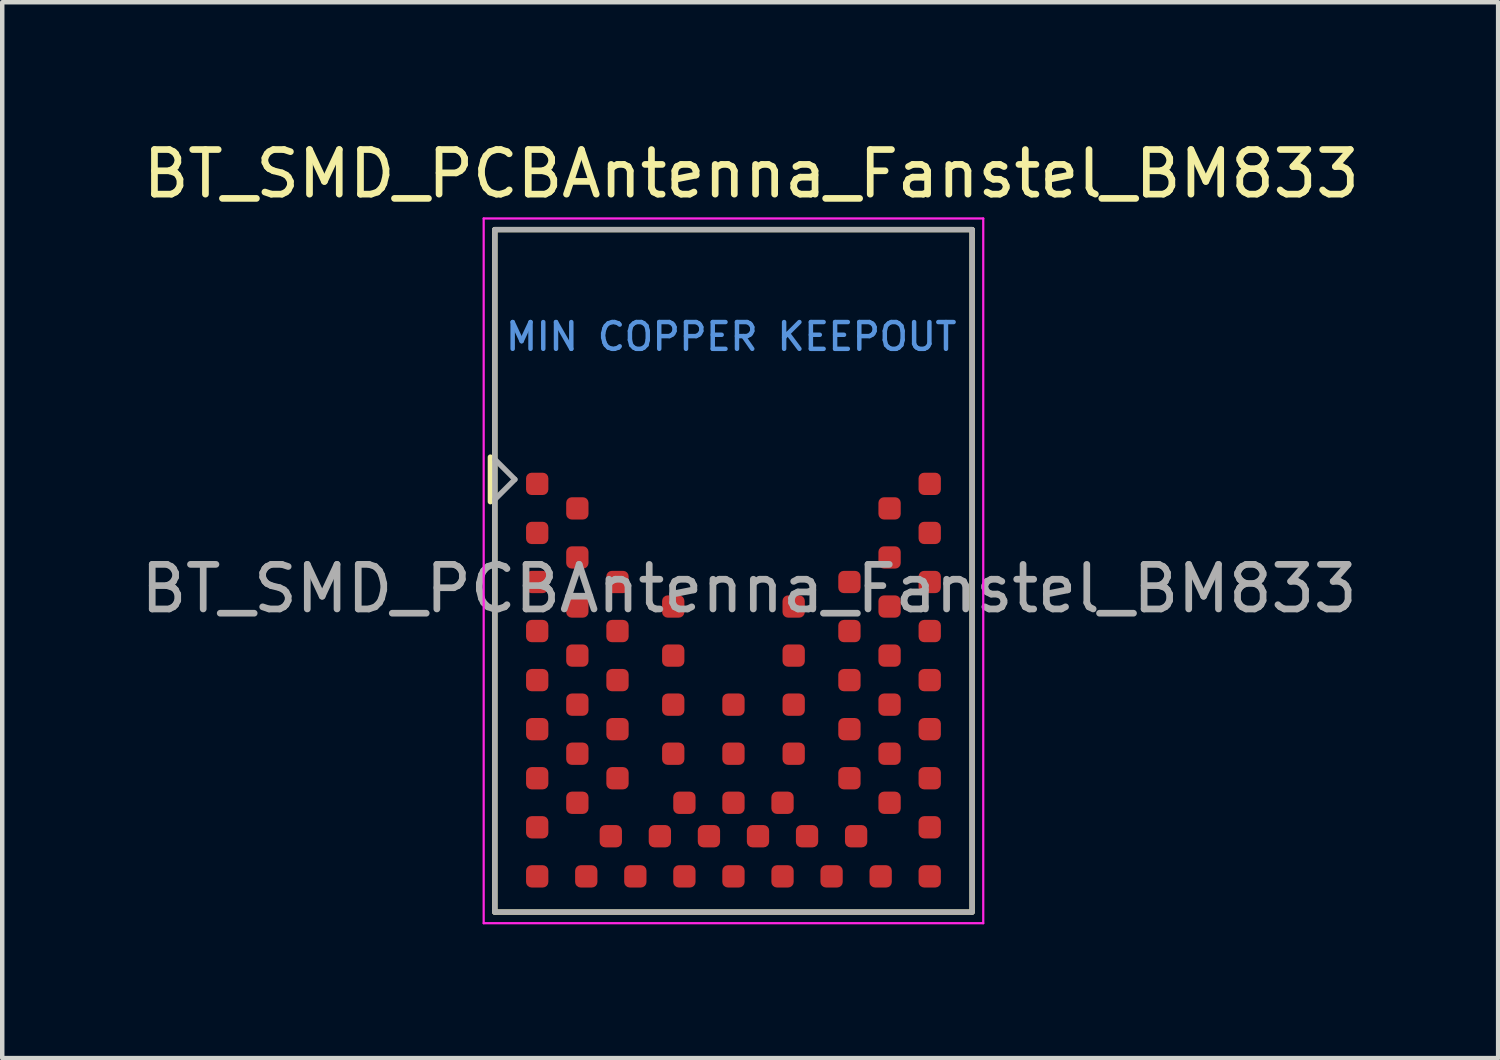
<source format=kicad_pcb>
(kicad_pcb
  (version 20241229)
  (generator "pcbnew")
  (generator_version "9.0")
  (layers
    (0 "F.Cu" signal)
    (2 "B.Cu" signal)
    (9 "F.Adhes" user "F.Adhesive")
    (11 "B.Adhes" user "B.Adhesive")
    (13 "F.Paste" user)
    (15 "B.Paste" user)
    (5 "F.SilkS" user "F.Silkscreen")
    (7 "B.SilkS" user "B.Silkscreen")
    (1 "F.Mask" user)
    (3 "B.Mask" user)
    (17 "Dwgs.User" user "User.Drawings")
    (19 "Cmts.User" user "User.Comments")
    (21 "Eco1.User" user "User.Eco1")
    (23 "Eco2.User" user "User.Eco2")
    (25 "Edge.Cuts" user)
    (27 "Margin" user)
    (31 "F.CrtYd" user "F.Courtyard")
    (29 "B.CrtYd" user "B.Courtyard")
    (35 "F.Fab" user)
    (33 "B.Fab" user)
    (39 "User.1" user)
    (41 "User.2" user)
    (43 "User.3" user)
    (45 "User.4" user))
  (footprint "BT_SMD_PCBAntenna_Fanstel_BM833"
    (layer "F.Cu")
    (at 13.394 10.148)
    (property "Reference" "BT_SMD_PCBAntenna_Fanstel_BM833" (at 0.4 -9.3 0) (unlocked yes) (layer "F.SilkS") (effects (font (size 1 1) (thickness 0.15))))
    (attr smd)
    (fp_line (start -5.45 -2.95) (end -5.45 -1.95) (stroke (width 0.12) (type solid)) (layer "F.SilkS"))
    (fp_line (start -5.35 -8.05) (end -5.35 7.25) (stroke (width 0.12) (type solid)) (layer "F.SilkS"))
    (fp_line (start -5.35 7.25) (end 5.35 7.25) (stroke (width 0.12) (type solid)) (layer "F.SilkS"))
    (fp_line (start 5.35 -8.05) (end -5.35 -8.05) (stroke (width 0.12) (type solid)) (layer "F.SilkS"))
    (fp_line (start 5.35 7.25) (end 5.35 -8.05) (stroke (width 0.12) (type solid)) (layer "F.SilkS"))
    (fp_line (start -5.6 -8.3) (end -5.6 7.5) (stroke (width 0.05) (type solid)) (layer "F.CrtYd"))
    (fp_line (start -5.6 7.5) (end 5.6 7.5) (stroke (width 0.05) (type solid)) (layer "F.CrtYd"))
    (fp_line (start 5.6 -8.3) (end -5.6 -8.3) (stroke (width 0.05) (type solid)) (layer "F.CrtYd"))
    (fp_line (start 5.6 7.5) (end 5.6 -8.3) (stroke (width 0.05) (type solid)) (layer "F.CrtYd"))
    (fp_line (start -5.35 -8.05) (end -5.35 7.25) (stroke (width 0.12) (type solid)) (layer "F.Fab"))
    (fp_line (start -5.35 -2.9) (end -4.9 -2.45) (stroke (width 0.12) (type solid)) (layer "F.Fab"))
    (fp_line (start -5.35 7.25) (end 5.35 7.25) (stroke (width 0.12) (type solid)) (layer "F.Fab"))
    (fp_line (start -4.9 -2.45) (end -5.35 -2) (stroke (width 0.12) (type solid)) (layer "F.Fab"))
    (fp_line (start 5.35 -8.05) (end -5.35 -8.05) (stroke (width 0.12) (type solid)) (layer "F.Fab"))
    (fp_line (start 5.35 7.25) (end 5.35 -8.05) (stroke (width 0.12) (type solid)) (layer "F.Fab"))
    (fp_text user "MIN COPPER KEEPOUT" (at -0.05 -5.65 0) (layer "Cmts.User") (effects (font (size 0.6 0.6) (thickness 0.1))))
    (fp_text user "${REFERENCE}" (at 0.35 0 0) (layer "F.Fab") (effects (font (size 1 1) (thickness 0.15))))
    (pad "1" smd roundrect (at -4.4 -2.35 90) (size 0.5 0.5) (layers "F.Cu" "F.Mask" "F.Paste") (roundrect_rratio 0.25))
    (pad "2" smd roundrect (at -3.5 -1.8 90) (size 0.5 0.5) (layers "F.Cu" "F.Mask" "F.Paste") (roundrect_rratio 0.25))
    (pad "3" smd roundrect (at -4.4 -1.25 90) (size 0.5 0.5) (layers "F.Cu" "F.Mask" "F.Paste") (roundrect_rratio 0.25))
    (pad "4" smd roundrect (at -3.5 -0.7 90) (size 0.5 0.5) (layers "F.Cu" "F.Mask" "F.Paste") (roundrect_rratio 0.25))
    (pad "5" smd roundrect (at -4.4 -0.15 90) (size 0.5 0.5) (layers "F.Cu" "F.Mask" "F.Paste") (roundrect_rratio 0.25))
    (pad "6" smd roundrect (at -3.5 0.4 90) (size 0.5 0.5) (layers "F.Cu" "F.Mask" "F.Paste") (roundrect_rratio 0.25))
    (pad "7" smd roundrect (at -4.4 0.95 90) (size 0.5 0.5) (layers "F.Cu" "F.Mask" "F.Paste") (roundrect_rratio 0.25))
    (pad "8" smd roundrect (at -3.5 1.5 180) (size 0.5 0.5) (layers "F.Cu" "F.Mask" "F.Paste") (roundrect_rratio 0.25))
    (pad "9" smd roundrect (at -4.4 2.05 90) (size 0.5 0.5) (layers "F.Cu" "F.Mask" "F.Paste") (roundrect_rratio 0.25))
    (pad "10" smd roundrect (at -3.5 2.6 90) (size 0.5 0.5) (layers "F.Cu" "F.Mask" "F.Paste") (roundrect_rratio 0.25))
    (pad "11" smd roundrect (at -4.4 3.15 90) (size 0.5 0.5) (layers "F.Cu" "F.Mask" "F.Paste") (roundrect_rratio 0.25))
    (pad "12" smd roundrect (at -3.5 3.7 90) (size 0.5 0.5) (layers "F.Cu" "F.Mask" "F.Paste") (roundrect_rratio 0.25))
    (pad "13" smd roundrect (at -4.4 4.25 90) (size 0.5 0.5) (layers "F.Cu" "F.Mask" "F.Paste") (roundrect_rratio 0.25))
    (pad "14" smd roundrect (at -3.5 4.8 90) (size 0.5 0.5) (layers "F.Cu" "F.Mask" "F.Paste") (roundrect_rratio 0.25))
    (pad "15" smd roundrect (at -4.4 5.35 90) (size 0.5 0.5) (layers "F.Cu" "F.Mask" "F.Paste") (roundrect_rratio 0.25))
    (pad "16" smd roundrect (at -4.4 6.45 90) (size 0.5 0.5) (layers "F.Cu" "F.Mask" "F.Paste") (roundrect_rratio 0.25))
    (pad "17" smd roundrect (at -3.3 6.45 90) (size 0.5 0.5) (layers "F.Cu" "F.Mask" "F.Paste") (roundrect_rratio 0.25))
    (pad "18" smd roundrect (at -2.75 5.55 180) (size 0.5 0.5) (layers "F.Cu" "F.Mask" "F.Paste") (roundrect_rratio 0.25))
    (pad "19" smd roundrect (at -2.2 6.45 90) (size 0.5 0.5) (layers "F.Cu" "F.Mask" "F.Paste") (roundrect_rratio 0.25))
    (pad "20" smd roundrect (at -1.65 5.55 90) (size 0.5 0.5) (layers "F.Cu" "F.Mask" "F.Paste") (roundrect_rratio 0.25))
    (pad "21" smd roundrect (at -1.1 6.45 90) (size 0.5 0.5) (layers "F.Cu" "F.Mask" "F.Paste") (roundrect_rratio 0.25))
    (pad "22" smd roundrect (at -0.55 5.55 90) (size 0.5 0.5) (layers "F.Cu" "F.Mask" "F.Paste") (roundrect_rratio 0.25))
    (pad "23" smd roundrect (at 0 6.45 180) (size 0.5 0.5) (layers "F.Cu" "F.Mask" "F.Paste") (roundrect_rratio 0.25))
    (pad "24" smd roundrect (at 0.55 5.55 90) (size 0.5 0.5) (layers "F.Cu" "F.Mask" "F.Paste") (roundrect_rratio 0.25))
    (pad "25" smd roundrect (at 1.1 6.45 90) (size 0.5 0.5) (layers "F.Cu" "F.Mask" "F.Paste") (roundrect_rratio 0.25))
    (pad "26" smd roundrect (at 1.65 5.55 90) (size 0.5 0.5) (layers "F.Cu" "F.Mask" "F.Paste") (roundrect_rratio 0.25))
    (pad "27" smd roundrect (at 2.2 6.45 90) (size 0.5 0.5) (layers "F.Cu" "F.Mask" "F.Paste") (roundrect_rratio 0.25))
    (pad "28" smd roundrect (at 2.75 5.55 90) (size 0.5 0.5) (layers "F.Cu" "F.Mask" "F.Paste") (roundrect_rratio 0.25))
    (pad "29" smd roundrect (at 3.3 6.45 90) (size 0.5 0.5) (layers "F.Cu" "F.Mask" "F.Paste") (roundrect_rratio 0.25))
    (pad "30" smd roundrect (at 4.4 6.45 180) (size 0.5 0.5) (layers "F.Cu" "F.Mask" "F.Paste") (roundrect_rratio 0.25))
    (pad "31" smd roundrect (at 4.4 5.35 90) (size 0.5 0.5) (layers "F.Cu" "F.Mask" "F.Paste") (roundrect_rratio 0.25))
    (pad "32" smd roundrect (at 3.5 4.8 90) (size 0.5 0.5) (layers "F.Cu" "F.Mask" "F.Paste") (roundrect_rratio 0.25))
    (pad "33" smd roundrect (at 4.4 4.25 90) (size 0.5 0.5) (layers "F.Cu" "F.Mask" "F.Paste") (roundrect_rratio 0.25))
    (pad "34" smd roundrect (at 3.5 3.7 90) (size 0.5 0.5) (layers "F.Cu" "F.Mask" "F.Paste") (roundrect_rratio 0.25))
    (pad "35" smd roundrect (at 4.4 3.15 90) (size 0.5 0.5) (layers "F.Cu" "F.Mask" "F.Paste") (roundrect_rratio 0.25))
    (pad "36" smd roundrect (at 3.5 2.6 90) (size 0.5 0.5) (layers "F.Cu" "F.Mask" "F.Paste") (roundrect_rratio 0.25))
    (pad "37" smd roundrect (at 4.4 2.05 90) (size 0.5 0.5) (layers "F.Cu" "F.Mask" "F.Paste") (roundrect_rratio 0.25))
    (pad "38" smd roundrect (at 3.5 1.5 90) (size 0.5 0.5) (layers "F.Cu" "F.Mask" "F.Paste") (roundrect_rratio 0.25))
    (pad "39" smd roundrect (at 4.4 0.95 90) (size 0.5 0.5) (layers "F.Cu" "F.Mask" "F.Paste") (roundrect_rratio 0.25))
    (pad "40" smd roundrect (at 3.5 0.4 90) (size 0.5 0.5) (layers "F.Cu" "F.Mask" "F.Paste") (roundrect_rratio 0.25))
    (pad "41" smd roundrect (at 4.4 -0.15 90) (size 0.5 0.5) (layers "F.Cu" "F.Mask" "F.Paste") (roundrect_rratio 0.25))
    (pad "42" smd roundrect (at 3.5 -0.7 90) (size 0.5 0.5) (layers "F.Cu" "F.Mask" "F.Paste") (roundrect_rratio 0.25))
    (pad "43" smd roundrect (at 4.4 -1.25 90) (size 0.5 0.5) (layers "F.Cu" "F.Mask" "F.Paste") (roundrect_rratio 0.25))
    (pad "44" smd roundrect (at 3.5 -1.8 90) (size 0.5 0.5) (layers "F.Cu" "F.Mask" "F.Paste") (roundrect_rratio 0.25))
    (pad "45" smd roundrect (at 4.4 -2.35 90) (size 0.5 0.5) (layers "F.Cu" "F.Mask" "F.Paste") (roundrect_rratio 0.25))
    (pad "46" smd roundrect (at 1.35 0.4 90) (size 0.5 0.5) (layers "F.Cu" "F.Mask" "F.Paste") (roundrect_rratio 0.25))
    (pad "47" smd roundrect (at -1.35 0.4 90) (size 0.5 0.5) (layers "F.Cu" "F.Mask" "F.Paste") (roundrect_rratio 0.25))
    (pad "48" smd roundrect (at -2.6 -0.15 90) (size 0.5 0.5) (layers "F.Cu" "F.Mask" "F.Paste") (roundrect_rratio 0.25))
    (pad "49" smd roundrect (at -2.6 0.95 90) (size 0.5 0.5) (layers "F.Cu" "F.Mask" "F.Paste") (roundrect_rratio 0.25))
    (pad "50" smd roundrect (at -1.35 1.5 90) (size 0.5 0.5) (layers "F.Cu" "F.Mask" "F.Paste") (roundrect_rratio 0.25))
    (pad "51" smd roundrect (at -2.6 2.05 90) (size 0.5 0.5) (layers "F.Cu" "F.Mask" "F.Paste") (roundrect_rratio 0.25))
    (pad "52" smd roundrect (at -1.35 2.6 90) (size 0.5 0.5) (layers "F.Cu" "F.Mask" "F.Paste") (roundrect_rratio 0.25))
    (pad "53" smd roundrect (at -2.6 3.15 90) (size 0.5 0.5) (layers "F.Cu" "F.Mask" "F.Paste") (roundrect_rratio 0.25))
    (pad "54" smd roundrect (at -1.35 3.7 90) (size 0.5 0.5) (layers "F.Cu" "F.Mask" "F.Paste") (roundrect_rratio 0.25))
    (pad "55" smd roundrect (at -2.6 4.25 90) (size 0.5 0.5) (layers "F.Cu" "F.Mask" "F.Paste") (roundrect_rratio 0.25))
    (pad "56" smd roundrect (at -1.1 4.8 90) (size 0.5 0.5) (layers "F.Cu" "F.Mask" "F.Paste") (roundrect_rratio 0.25))
    (pad "57" smd roundrect (at 0 4.8 90) (size 0.5 0.5) (layers "F.Cu" "F.Mask" "F.Paste") (roundrect_rratio 0.25))
    (pad "58" smd roundrect (at 1.1 4.8 90) (size 0.5 0.5) (layers "F.Cu" "F.Mask" "F.Paste") (roundrect_rratio 0.25))
    (pad "59" smd roundrect (at 2.6 4.25 90) (size 0.5 0.5) (layers "F.Cu" "F.Mask" "F.Paste") (roundrect_rratio 0.25))
    (pad "60" smd roundrect (at 1.35 3.7 90) (size 0.5 0.5) (layers "F.Cu" "F.Mask" "F.Paste") (roundrect_rratio 0.25))
    (pad "61" smd roundrect (at 2.6 3.15 90) (size 0.5 0.5) (layers "F.Cu" "F.Mask" "F.Paste") (roundrect_rratio 0.25))
    (pad "62" smd roundrect (at 1.35 2.6 90) (size 0.5 0.5) (layers "F.Cu" "F.Mask" "F.Paste") (roundrect_rratio 0.25))
    (pad "63" smd roundrect (at 2.6 2.05 90) (size 0.5 0.5) (layers "F.Cu" "F.Mask" "F.Paste") (roundrect_rratio 0.25))
    (pad "64" smd roundrect (at 1.35 1.5 90) (size 0.5 0.5) (layers "F.Cu" "F.Mask" "F.Paste") (roundrect_rratio 0.25))
    (pad "65" smd roundrect (at 2.6 0.95 90) (size 0.5 0.5) (layers "F.Cu" "F.Mask" "F.Paste") (roundrect_rratio 0.25))
    (pad "66" smd roundrect (at 2.6 -0.15 90) (size 0.5 0.5) (layers "F.Cu" "F.Mask" "F.Paste") (roundrect_rratio 0.25))
    (pad "67" smd roundrect (at 0 3.7 90) (size 0.5 0.5) (layers "F.Cu" "F.Mask" "F.Paste") (roundrect_rratio 0.25))
    (pad "68" smd roundrect (at 0 2.6 90) (size 0.5 0.5) (layers "F.Cu" "F.Mask" "F.Paste") (roundrect_rratio 0.25))
    (zone (net_name "") (layers "F.Cu" "B.Cu") (hatch edge 0.508) (connect_pads) (min_thickness 0.254) (filled_areas_thickness no) (keepout (tracks not_allowed) (vias not_allowed) (pads not_allowed) (copperpour not_allowed) (footprints allowed)) (placement (enabled no)) (fill) (polygon (pts (xy 18.994 6.648) (xy 3.294 6.648) (xy 3.294 2.098) (xy 18.994 2.098)))))
  (gr_rect
    (start -3 -3)
    (end 30.538 20.673)
    (stroke (width 0.1) (type default))
    (fill no)
    (layer "Edge.Cuts")))
</source>
